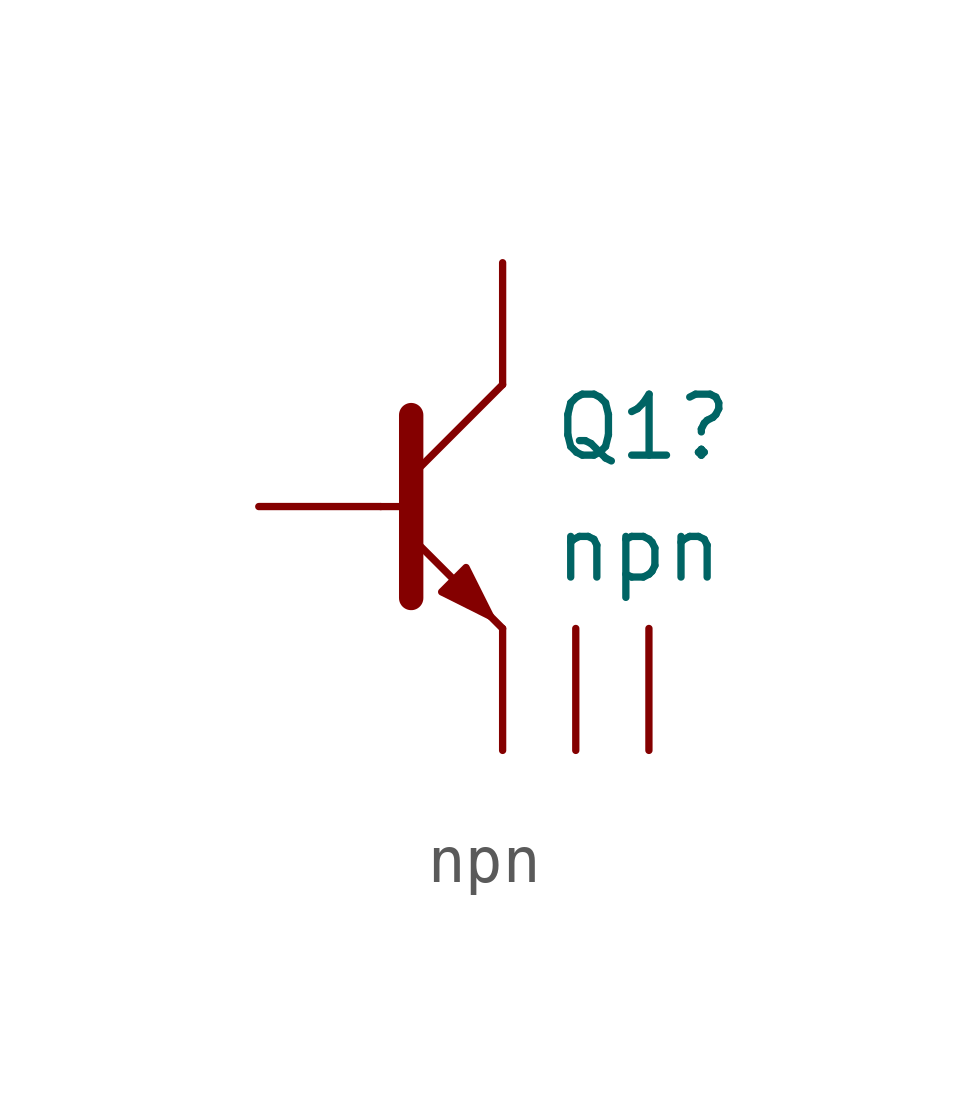
<source format=kicad_sym>
(kicad_symbol_lib
  (version 20211014)
  (generator kicad_symbol_editor)
  (symbol "npn"
    (pin_numbers hide)
    (pin_names
      (offset 0) hide)
    (property "Reference" "Q1"
      (at 6.096 1.651 0)
      (effects (font (size 1.27 1.27)) (justify left)))
    (property "Value" "npn"
      (at 6.096 -0.889 0)
      (effects (font (size 1.27 1.27)) (justify left)))
    (symbol "npn_0_0"
      (pin passive line (at 6.604 -5.08 90) (length 2.54) (name "S" (effects (font (size 1.27 1.27)))) (number "4" (effects (font (size 1.27 1.27)))))
      (pin passive line (at 8.128 -5.08 90) (length 2.54) (name "DT" (effects (font (size 1.27 1.27)))) (number "5" (effects (font (size 1.27 1.27))))))
    (symbol "npn_0_1"
      (polyline (pts (xy 2.54 0) (xy 3.302 0)) (stroke (width 0.152) (type default) (color 0 0 0 0)) (fill (type none)))
      (polyline (pts (xy 5.08 -2.54) (xy 3.175 -0.635)) (stroke (width 0) (type default) (color 0 0 0 0)) (fill (type none)))
      (polyline (pts (xy 5.08 2.54) (xy 3.175 0.635)) (stroke (width 0) (type default) (color 0 0 0 0)) (fill (type none)))
      (polyline (pts (xy 3.175 -1.905) (xy 3.175 1.905) (xy 3.175 1.905)) (stroke (width 0.508) (type default) (color 0 0 0 0)) (fill (type outline)))
      (polyline (pts (xy 3.81 -1.778) (xy 4.318 -1.27) (xy 4.826 -2.286) (xy 3.81 -1.778) (xy 3.81 -1.778)) (stroke (width 0) (type default) (color 0 0 0 0)) (fill (type outline))))
    (symbol "npn_1_1"
      (pin passive line (at 5.08 5.08 270) (length 2.54) (name "C" (effects (font (size 1.27 1.27)))) (number "1" (effects (font (size 1.27 1.27)))))
      (pin passive line (at 0 0 0) (length 2.54) (name "B" (effects (font (size 1.27 1.27)))) (number "2" (effects (font (size 1.27 1.27)))))
      (pin passive line (at 5.08 -5.08 90) (length 2.54) (name "E" (effects (font (size 1.27 1.27)))) (number "3" (effects (font (size 1.27 1.27))))))))
</source>
